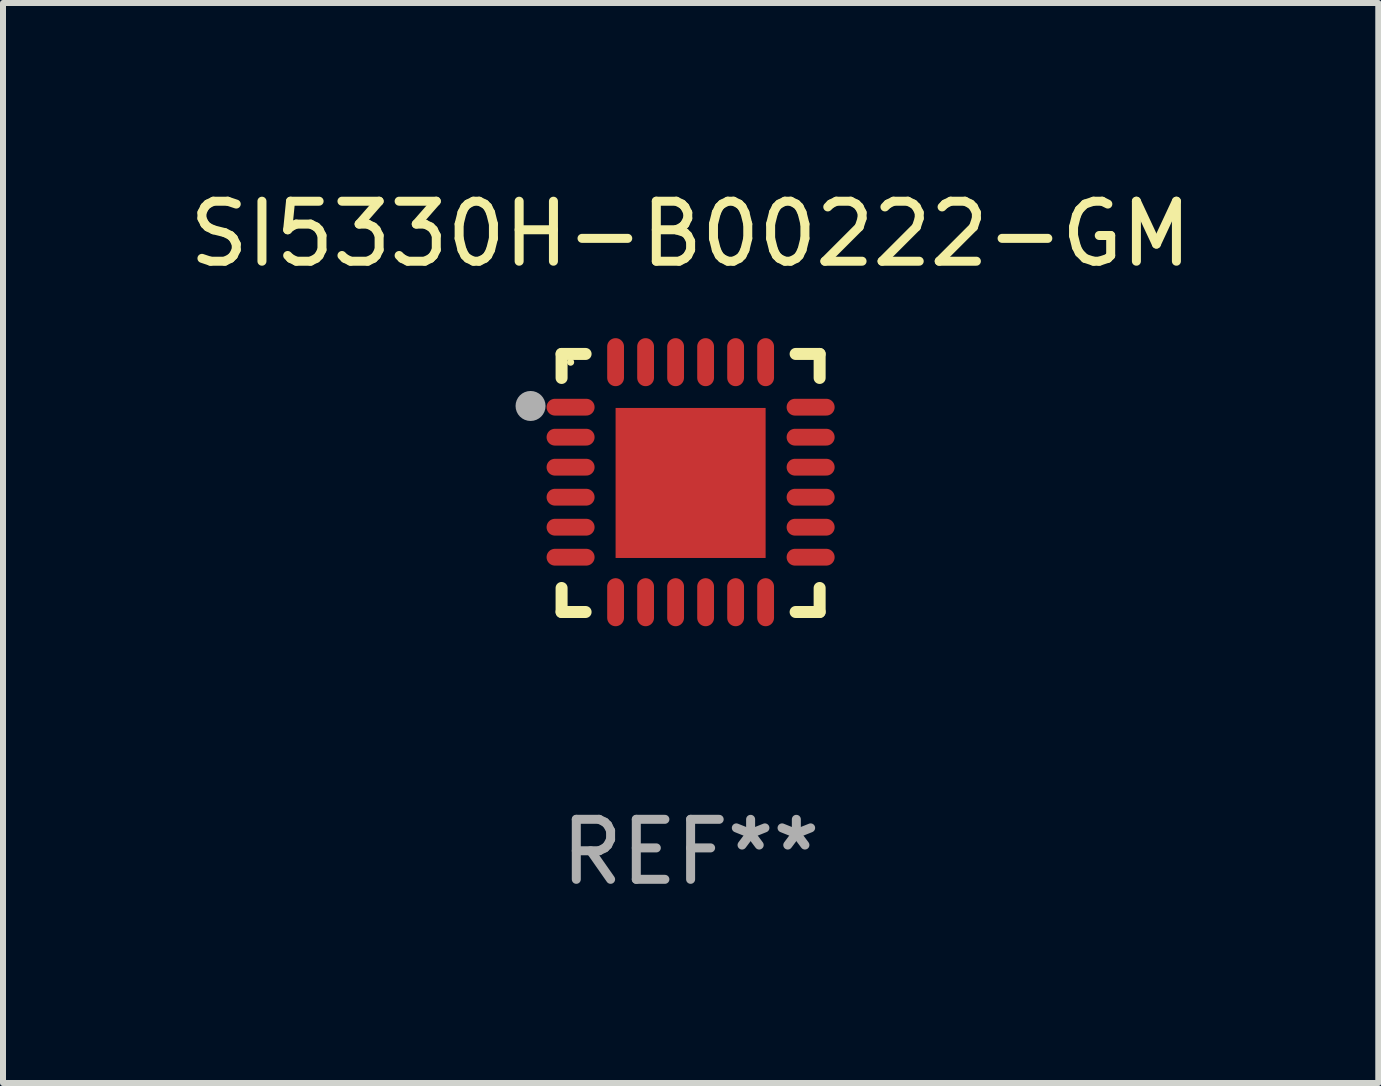
<source format=kicad_pcb>
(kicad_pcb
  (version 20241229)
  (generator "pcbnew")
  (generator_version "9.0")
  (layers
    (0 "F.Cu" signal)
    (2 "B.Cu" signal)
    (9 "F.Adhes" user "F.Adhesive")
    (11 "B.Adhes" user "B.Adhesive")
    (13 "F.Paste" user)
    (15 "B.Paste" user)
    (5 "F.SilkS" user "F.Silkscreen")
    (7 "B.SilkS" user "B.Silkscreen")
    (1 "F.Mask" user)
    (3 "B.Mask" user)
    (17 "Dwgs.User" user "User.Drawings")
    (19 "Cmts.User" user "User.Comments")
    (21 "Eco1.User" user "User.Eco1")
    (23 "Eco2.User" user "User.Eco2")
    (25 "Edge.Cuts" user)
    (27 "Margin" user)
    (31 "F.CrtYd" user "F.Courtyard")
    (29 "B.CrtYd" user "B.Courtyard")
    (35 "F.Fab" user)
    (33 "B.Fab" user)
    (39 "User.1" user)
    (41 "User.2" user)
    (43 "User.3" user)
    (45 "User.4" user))
  (footprint "SI5330H-B00222-GM"
    (layer "F.Cu")
    (at 8.458 4.998)
    (property "Reference" "SI5330H-B00222-GM" (at 0 -4.15 0) (layer "F.SilkS") (effects (font (size 1 1) (thickness 0.15))))
    (attr through_hole)
    (fp_line (start -2.15 -2.15) (end -1.75 -2.15) (stroke (width 0.2) (type solid)) (layer "F.SilkS"))
    (fp_line (start -2.15 -1.75) (end -2.15 -2.15) (stroke (width 0.2) (type solid)) (layer "F.SilkS"))
    (fp_line (start -2.15 2.15) (end -2.15 1.75) (stroke (width 0.2) (type solid)) (layer "F.SilkS"))
    (fp_line (start -1.75 2.15) (end -2.15 2.15) (stroke (width 0.2) (type solid)) (layer "F.SilkS"))
    (fp_line (start 1.75 -2.15) (end 2.15 -2.15) (stroke (width 0.2) (type solid)) (layer "F.SilkS"))
    (fp_line (start 1.75 2.15) (end 2.15 2.15) (stroke (width 0.2) (type solid)) (layer "F.SilkS"))
    (fp_line (start 2.15 -2.15) (end 2.15 -1.75) (stroke (width 0.2) (type solid)) (layer "F.SilkS"))
    (fp_line (start 2.15 2.15) (end 2.15 1.75) (stroke (width 0.2) (type solid)) (layer "F.SilkS"))
    (fp_circle (center -2 -2.013) (end -1.97 -2.013) (stroke (width 0.06) (type solid)) (fill no) (layer "F.SilkS"))
    (fp_circle (center -2.667 -1.283) (end -2.542 -1.283) (stroke (width 0.25) (type solid)) (fill no) (layer "F.Fab"))
    (fp_text user "REF**" (at 0 6.15 0) (layer "F.Fab") (effects (font (size 1 1) (thickness 0.15))))
    (pad "1" smd oval (at -2 -1.263) (size 0.8 0.28) (layers "F.Cu" "F.Mask" "F.Paste"))
    (pad "2" smd oval (at -2 -0.763) (size 0.8 0.28) (layers "F.Cu" "F.Mask" "F.Paste"))
    (pad "3" smd oval (at -2 -0.263) (size 0.8 0.28) (layers "F.Cu" "F.Mask" "F.Paste"))
    (pad "4" smd oval (at -2 0.237) (size 0.8 0.28) (layers "F.Cu" "F.Mask" "F.Paste"))
    (pad "5" smd oval (at -2 0.737) (size 0.8 0.28) (layers "F.Cu" "F.Mask" "F.Paste"))
    (pad "6" smd oval (at -2 1.237) (size 0.8 0.28) (layers "F.Cu" "F.Mask" "F.Paste"))
    (pad "7" smd oval (at -1.25 1.987) (size 0.28 0.8) (layers "F.Cu" "F.Mask" "F.Paste"))
    (pad "8" smd oval (at -0.75 1.987) (size 0.28 0.8) (layers "F.Cu" "F.Mask" "F.Paste"))
    (pad "9" smd oval (at -0.25 1.987) (size 0.28 0.8) (layers "F.Cu" "F.Mask" "F.Paste"))
    (pad "10" smd oval (at 0.25 1.987) (size 0.28 0.8) (layers "F.Cu" "F.Mask" "F.Paste"))
    (pad "11" smd oval (at 0.75 1.987) (size 0.28 0.8) (layers "F.Cu" "F.Mask" "F.Paste"))
    (pad "12" smd oval (at 1.25 1.987) (size 0.28 0.8) (layers "F.Cu" "F.Mask" "F.Paste"))
    (pad "13" smd oval (at 2 1.237) (size 0.8 0.28) (layers "F.Cu" "F.Mask" "F.Paste"))
    (pad "14" smd oval (at 2 0.737) (size 0.8 0.28) (layers "F.Cu" "F.Mask" "F.Paste"))
    (pad "15" smd oval (at 2 0.237) (size 0.8 0.28) (layers "F.Cu" "F.Mask" "F.Paste"))
    (pad "16" smd oval (at 2 -0.263) (size 0.8 0.28) (layers "F.Cu" "F.Mask" "F.Paste"))
    (pad "17" smd oval (at 2 -0.763) (size 0.8 0.28) (layers "F.Cu" "F.Mask" "F.Paste"))
    (pad "18" smd oval (at 2 -1.263) (size 0.8 0.28) (layers "F.Cu" "F.Mask" "F.Paste"))
    (pad "19" smd oval (at 1.25 -2.013) (size 0.28 0.8) (layers "F.Cu" "F.Mask" "F.Paste"))
    (pad "20" smd oval (at 0.75 -2.013) (size 0.28 0.8) (layers "F.Cu" "F.Mask" "F.Paste"))
    (pad "21" smd oval (at 0.25 -2.013) (size 0.28 0.8) (layers "F.Cu" "F.Mask" "F.Paste"))
    (pad "22" smd oval (at -0.25 -2.013) (size 0.28 0.8) (layers "F.Cu" "F.Mask" "F.Paste"))
    (pad "23" smd oval (at -0.75 -2.013) (size 0.28 0.8) (layers "F.Cu" "F.Mask" "F.Paste"))
    (pad "24" smd oval (at -1.25 -2.013) (size 0.28 0.8) (layers "F.Cu" "F.Mask" "F.Paste"))
    (pad "25" smd rect (at -0.000127 -0.00014) (size 2.5 2.5) (layers "F.Cu" "F.Mask" "F.Paste")))
  (gr_rect
    (start -3 -3)
    (end 19.917 14.997)
    (stroke (width 0.1) (type default))
    (fill no)
    (layer "Edge.Cuts")))
</source>
